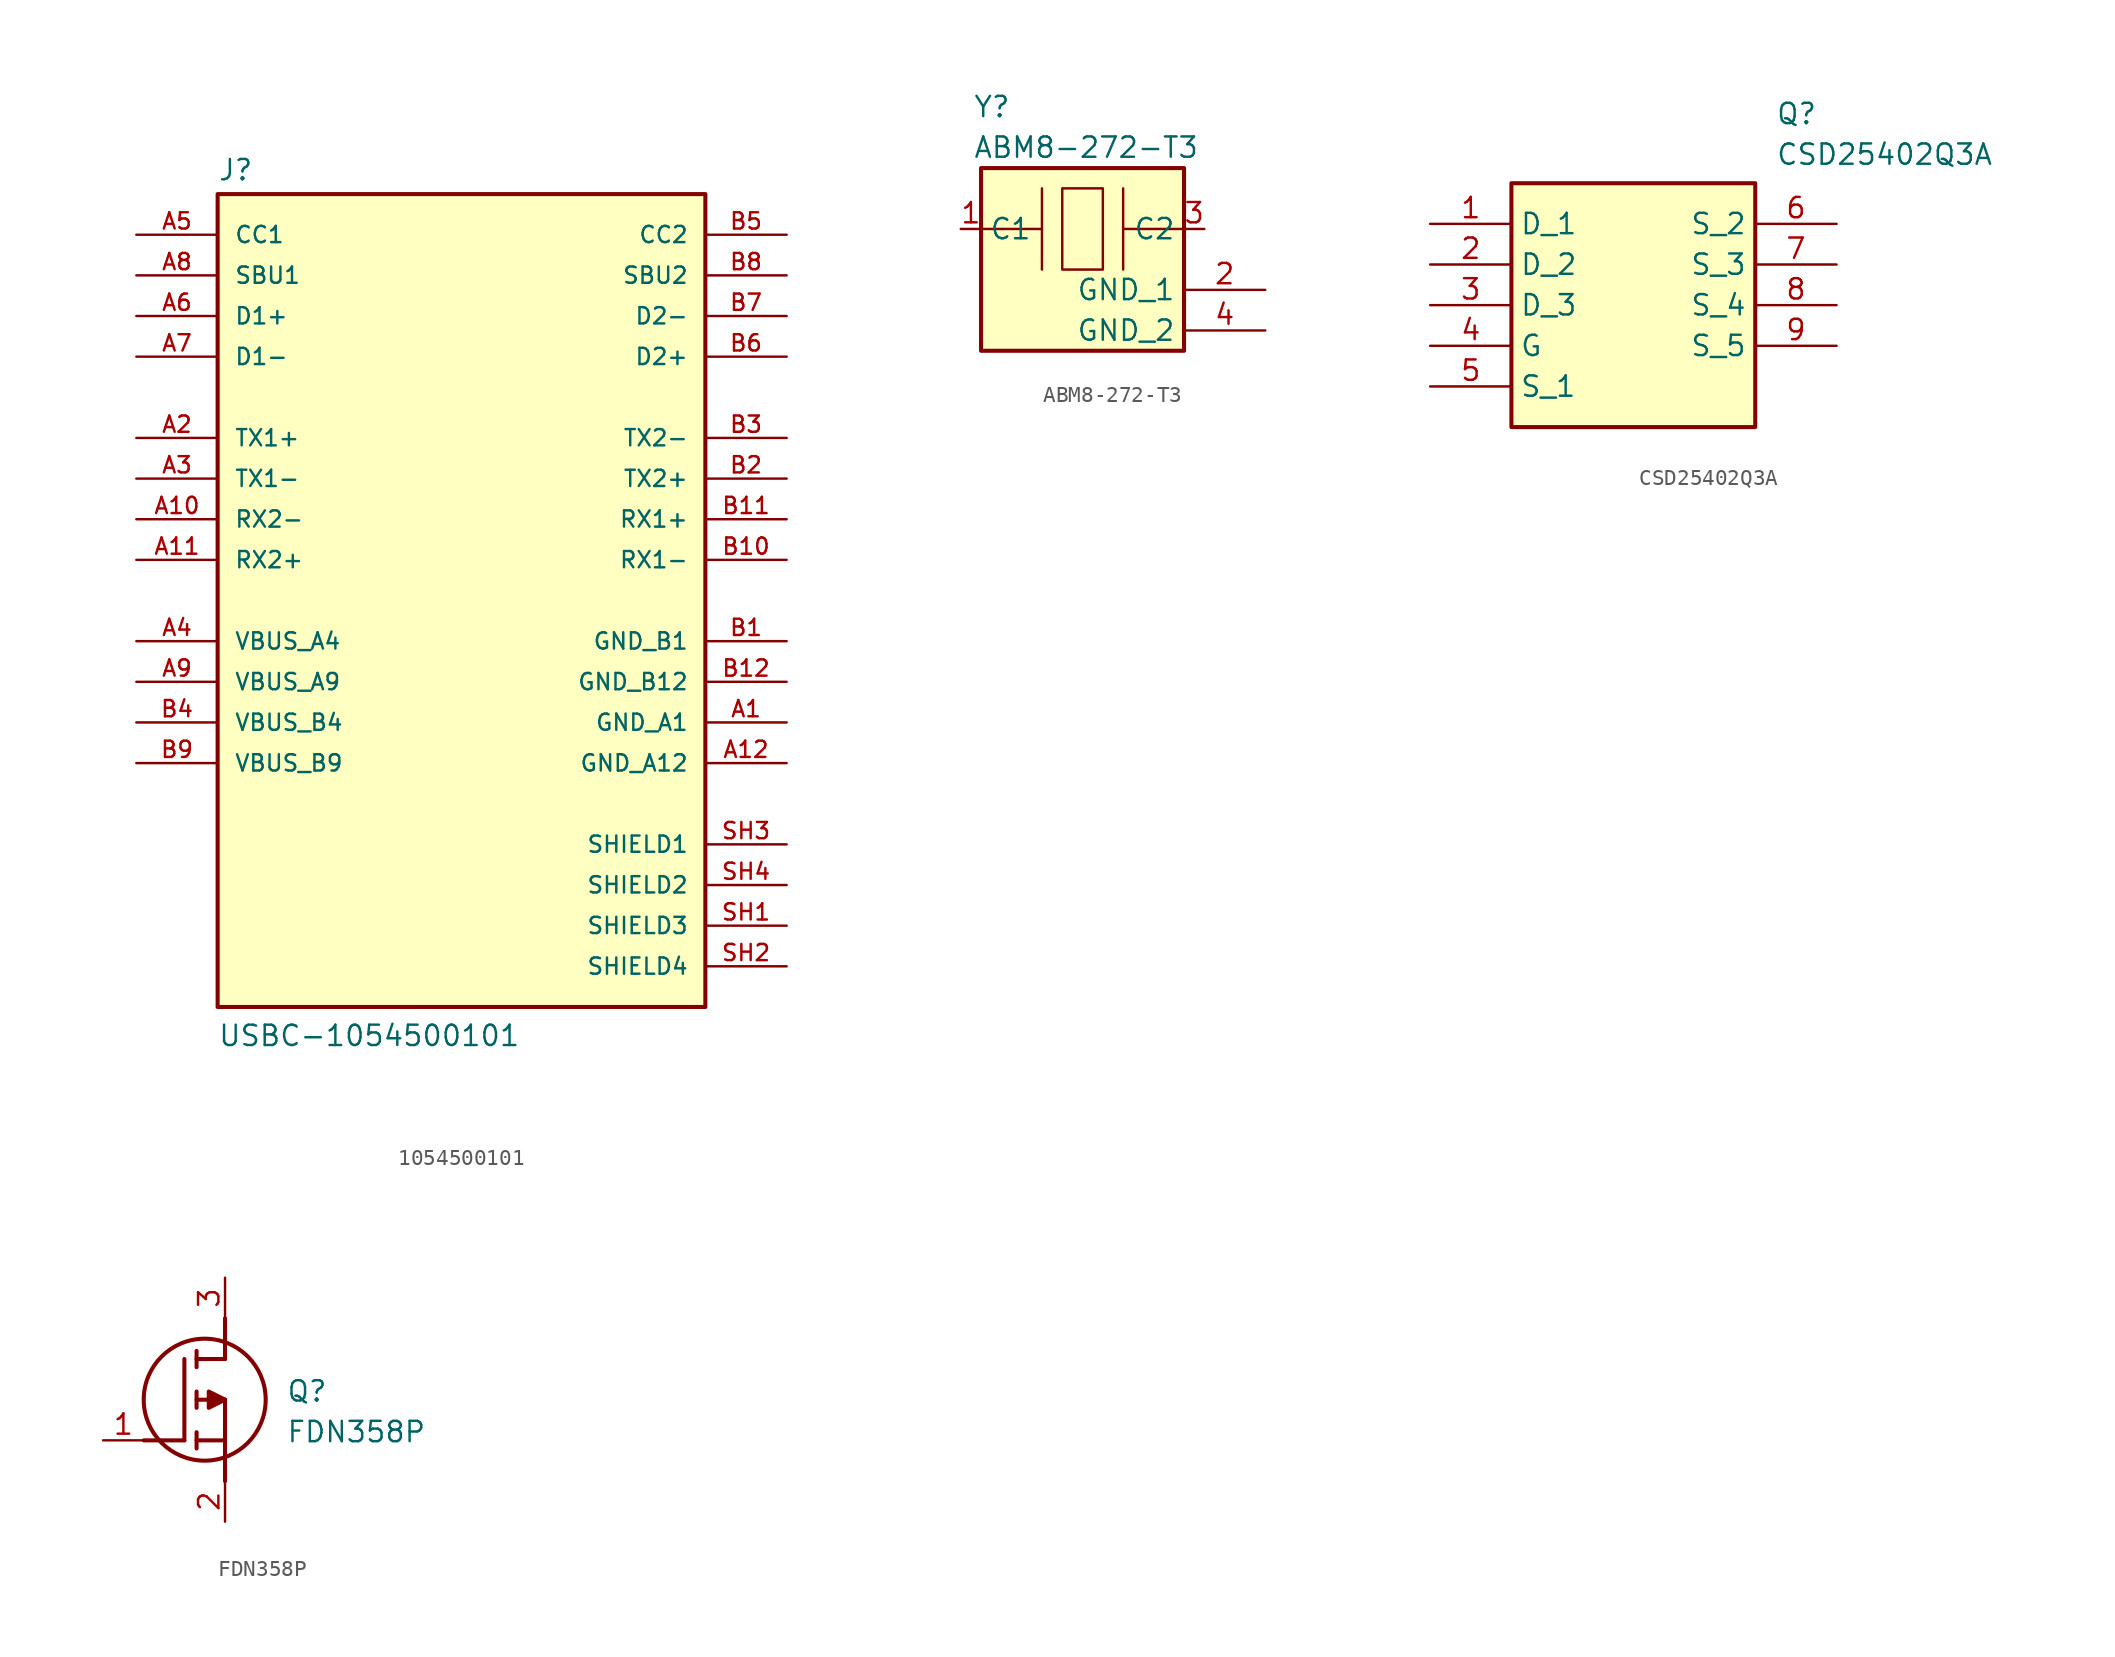
<source format=kicad_sym>
(kicad_symbol_lib
  (version 20241209)
  (generator "kicad_symbol_editor")
  (generator_version "9.0")
  (symbol "1054500101"
    (pin_names
      (offset 1.016))
    (property "Reference" "J"
      (at -15.24 26.162 0)
      (effects (font (size 1.27 1.27)) (justify left bottom)))
    (property "Value" "USBC-1054500101"
      (at -15.24 -27.94 0)
      (effects (font (size 1.27 1.27)) (justify left bottom)))
    (symbol "1054500101_0_0"
      (rectangle (start -15.24 -25.4) (end 15.24 25.4) (stroke (width 0.254) (type default)) (fill (type background)))
      (pin bidirectional line (at -20.32 22.86 0) (length 5.08) (name "CC1" (effects (font (size 1.016 1.016)))) (number "A5" (effects (font (size 1.016 1.016)))))
      (pin bidirectional line (at -20.32 20.32 0) (length 5.08) (name "SBU1" (effects (font (size 1.016 1.016)))) (number "A8" (effects (font (size 1.016 1.016)))))
      (pin bidirectional line (at -20.32 17.78 0) (length 5.08) (name "D1+" (effects (font (size 1.016 1.016)))) (number "A6" (effects (font (size 1.016 1.016)))))
      (pin bidirectional line (at -20.32 15.24 0) (length 5.08) (name "D1-" (effects (font (size 1.016 1.016)))) (number "A7" (effects (font (size 1.016 1.016)))))
      (pin bidirectional line (at -20.32 10.16 0) (length 5.08) (name "TX1+" (effects (font (size 1.016 1.016)))) (number "A2" (effects (font (size 1.016 1.016)))))
      (pin bidirectional line (at -20.32 7.62 0) (length 5.08) (name "TX1-" (effects (font (size 1.016 1.016)))) (number "A3" (effects (font (size 1.016 1.016)))))
      (pin bidirectional line (at -20.32 5.08 0) (length 5.08) (name "RX2-" (effects (font (size 1.016 1.016)))) (number "A10" (effects (font (size 1.016 1.016)))))
      (pin bidirectional line (at -20.32 2.54 0) (length 5.08) (name "RX2+" (effects (font (size 1.016 1.016)))) (number "A11" (effects (font (size 1.016 1.016)))))
      (pin power_in line (at -20.32 -2.54 0) (length 5.08) (name "VBUS_A4" (effects (font (size 1.016 1.016)))) (number "A4" (effects (font (size 1.016 1.016)))))
      (pin power_in line (at -20.32 -5.08 0) (length 5.08) (name "VBUS_A9" (effects (font (size 1.016 1.016)))) (number "A9" (effects (font (size 1.016 1.016)))))
      (pin power_in line (at -20.32 -7.62 0) (length 5.08) (name "VBUS_B4" (effects (font (size 1.016 1.016)))) (number "B4" (effects (font (size 1.016 1.016)))))
      (pin power_in line (at -20.32 -10.16 0) (length 5.08) (name "VBUS_B9" (effects (font (size 1.016 1.016)))) (number "B9" (effects (font (size 1.016 1.016)))))
      (pin bidirectional line (at 20.32 22.86 180) (length 5.08) (name "CC2" (effects (font (size 1.016 1.016)))) (number "B5" (effects (font (size 1.016 1.016)))))
      (pin bidirectional line (at 20.32 20.32 180) (length 5.08) (name "SBU2" (effects (font (size 1.016 1.016)))) (number "B8" (effects (font (size 1.016 1.016)))))
      (pin bidirectional line (at 20.32 17.78 180) (length 5.08) (name "D2-" (effects (font (size 1.016 1.016)))) (number "B7" (effects (font (size 1.016 1.016)))))
      (pin bidirectional line (at 20.32 15.24 180) (length 5.08) (name "D2+" (effects (font (size 1.016 1.016)))) (number "B6" (effects (font (size 1.016 1.016)))))
      (pin bidirectional line (at 20.32 10.16 180) (length 5.08) (name "TX2-" (effects (font (size 1.016 1.016)))) (number "B3" (effects (font (size 1.016 1.016)))))
      (pin bidirectional line (at 20.32 7.62 180) (length 5.08) (name "TX2+" (effects (font (size 1.016 1.016)))) (number "B2" (effects (font (size 1.016 1.016)))))
      (pin bidirectional line (at 20.32 5.08 180) (length 5.08) (name "RX1+" (effects (font (size 1.016 1.016)))) (number "B11" (effects (font (size 1.016 1.016)))))
      (pin bidirectional line (at 20.32 2.54 180) (length 5.08) (name "RX1-" (effects (font (size 1.016 1.016)))) (number "B10" (effects (font (size 1.016 1.016)))))
      (pin power_in line (at 20.32 -2.54 180) (length 5.08) (name "GND_B1" (effects (font (size 1.016 1.016)))) (number "B1" (effects (font (size 1.016 1.016)))))
      (pin power_in line (at 20.32 -5.08 180) (length 5.08) (name "GND_B12" (effects (font (size 1.016 1.016)))) (number "B12" (effects (font (size 1.016 1.016)))))
      (pin power_in line (at 20.32 -7.62 180) (length 5.08) (name "GND_A1" (effects (font (size 1.016 1.016)))) (number "A1" (effects (font (size 1.016 1.016)))))
      (pin power_in line (at 20.32 -10.16 180) (length 5.08) (name "GND_A12" (effects (font (size 1.016 1.016)))) (number "A12" (effects (font (size 1.016 1.016)))))
      (pin passive line (at 20.32 -15.24 180) (length 5.08) (name "SHIELD1" (effects (font (size 1.016 1.016)))) (number "SH3" (effects (font (size 1.016 1.016)))))
      (pin passive line (at 20.32 -17.78 180) (length 5.08) (name "SHIELD2" (effects (font (size 1.016 1.016)))) (number "SH4" (effects (font (size 1.016 1.016)))))
      (pin passive line (at 20.32 -20.32 180) (length 5.08) (name "SHIELD3" (effects (font (size 1.016 1.016)))) (number "SH1" (effects (font (size 1.016 1.016)))))
      (pin passive line (at 20.32 -22.86 180) (length 5.08) (name "SHIELD4" (effects (font (size 1.016 1.016)))) (number "SH2" (effects (font (size 1.016 1.016)))))))
  (symbol "ABM8-272-T3"
    (property "Reference" "Y"
      (at 14.732 5.842 0)
      (effects (font (size 1.27 1.27)) (justify left top)))
    (property "Value" "ABM8-272-T3"
      (at 14.732 3.302 0)
      (effects (font (size 1.27 1.27)) (justify left top)))
    (symbol "ABM8-272-T3_0_1"
      (polyline (pts (xy 15.24 -2.54) (xy 19.05 -2.54) (xy 19.05 -5.08) (xy 19.05 -2.54) (xy 19.05 0)) (stroke (width 0) (type default)) (fill (type none)))
      (polyline (pts (xy 20.32 0) (xy 20.32 -5.08) (xy 22.86 -5.08) (xy 22.86 0) (xy 20.32 0)) (stroke (width 0) (type default)) (fill (type none)))
      (polyline (pts (xy 24.13 0) (xy 24.13 -5.08) (xy 24.13 -2.54) (xy 27.94 -2.54)) (stroke (width 0) (type default)) (fill (type none))))
    (symbol "ABM8-272-T3_1_1"
      (rectangle (start 15.24 1.27) (end 27.94 -10.16) (stroke (width 0.254) (type default)) (fill (type background)))
      (pin passive line (at 13.97 -2.54 0) (length 1.27) (name "C1" (effects (font (size 1.27 1.27)))) (number "1" (effects (font (size 1.27 1.27)))))
      (pin passive line (at 29.21 -2.54 180) (length 1.27) (name "C2" (effects (font (size 1.27 1.27)))) (number "3" (effects (font (size 1.27 1.27)))))
      (pin passive line (at 33.02 -6.35 180) (length 5.08) (name "GND_1" (effects (font (size 1.27 1.27)))) (number "2" (effects (font (size 1.27 1.27)))))
      (pin passive line (at 33.02 -8.89 180) (length 5.08) (name "GND_2" (effects (font (size 1.27 1.27)))) (number "4" (effects (font (size 1.27 1.27)))))))
  (symbol "CSD25402Q3A"
    (property "Reference" "Q"
      (at 21.59 7.62 0)
      (effects (font (size 1.27 1.27)) (justify left top)))
    (property "Value" "CSD25402Q3A"
      (at 21.59 5.08 0)
      (effects (font (size 1.27 1.27)) (justify left top)))
    (symbol "CSD25402Q3A_1_1"
      (rectangle (start 5.08 2.54) (end 20.32 -12.7) (stroke (width 0.254) (type default)) (fill (type background)))
      (pin passive line (at 0 0 0) (length 5.08) (name "D_1" (effects (font (size 1.27 1.27)))) (number "1" (effects (font (size 1.27 1.27)))))
      (pin passive line (at 0 -2.54 0) (length 5.08) (name "D_2" (effects (font (size 1.27 1.27)))) (number "2" (effects (font (size 1.27 1.27)))))
      (pin passive line (at 0 -5.08 0) (length 5.08) (name "D_3" (effects (font (size 1.27 1.27)))) (number "3" (effects (font (size 1.27 1.27)))))
      (pin passive line (at 0 -7.62 0) (length 5.08) (name "G" (effects (font (size 1.27 1.27)))) (number "4" (effects (font (size 1.27 1.27)))))
      (pin passive line (at 0 -10.16 0) (length 5.08) (name "S_1" (effects (font (size 1.27 1.27)))) (number "5" (effects (font (size 1.27 1.27)))))
      (pin passive line (at 25.4 0 180) (length 5.08) (name "S_2" (effects (font (size 1.27 1.27)))) (number "6" (effects (font (size 1.27 1.27)))))
      (pin passive line (at 25.4 -2.54 180) (length 5.08) (name "S_3" (effects (font (size 1.27 1.27)))) (number "7" (effects (font (size 1.27 1.27)))))
      (pin passive line (at 25.4 -5.08 180) (length 5.08) (name "S_4" (effects (font (size 1.27 1.27)))) (number "8" (effects (font (size 1.27 1.27)))))
      (pin passive line (at 25.4 -7.62 180) (length 5.08) (name "S_5" (effects (font (size 1.27 1.27)))) (number "9" (effects (font (size 1.27 1.27)))))))
  (symbol "FDN358P"
    (pin_names
      (hide yes))
    (property "Reference" "Q"
      (at 11.43 3.81 0)
      (effects (font (size 1.27 1.27)) (justify left top)))
    (property "Value" "FDN358P"
      (at 11.43 1.27 0)
      (effects (font (size 1.27 1.27)) (justify left top)))
    (symbol "FDN358P_1_1"
      (polyline (pts (xy 2.54 0) (xy 5.08 0)) (stroke (width 0.254) (type default)) (fill (type none)))
      (polyline (pts (xy 5.08 5.08) (xy 5.08 0)) (stroke (width 0.254) (type default)) (fill (type none)))
      (polyline (pts (xy 5.842 5.588) (xy 5.842 4.572)) (stroke (width 0.254) (type default)) (fill (type none)))
      (polyline (pts (xy 5.842 2.032) (xy 5.842 3.048)) (stroke (width 0.254) (type default)) (fill (type none)))
      (polyline (pts (xy 5.842 0) (xy 7.62 0)) (stroke (width 0.254) (type default)) (fill (type none)))
      (polyline (pts (xy 5.842 -0.508) (xy 5.842 0.508)) (stroke (width 0.254) (type default)) (fill (type none)))
      (circle (center 6.35 2.54) (radius 3.81) (stroke (width 0.254) (type default)) (fill (type none)))
      (polyline (pts (xy 7.62 5.08) (xy 5.842 5.08)) (stroke (width 0.254) (type default)) (fill (type none)))
      (polyline (pts (xy 7.62 5.08) (xy 7.62 7.62)) (stroke (width 0.254) (type default)) (fill (type none)))
      (polyline (pts (xy 7.62 2.54) (xy 5.842 2.54)) (stroke (width 0.254) (type default)) (fill (type none)))
      (polyline (pts (xy 7.62 2.54) (xy 7.62 -2.54)) (stroke (width 0.254) (type default)) (fill (type none)))
      (polyline (pts (xy 7.62 2.54) (xy 6.604 3.048) (xy 6.604 2.032) (xy 7.62 2.54)) (stroke (width 0.254) (type default)) (fill (type outline)))
      (pin passive line (at 0 0 0) (length 2.54) (name "G" (effects (font (size 1.27 1.27)))) (number "1" (effects (font (size 1.27 1.27)))))
      (pin passive line (at 7.62 10.16 270) (length 2.54) (name "D" (effects (font (size 1.27 1.27)))) (number "3" (effects (font (size 1.27 1.27)))))
      (pin passive line (at 7.62 -5.08 90) (length 2.54) (name "S" (effects (font (size 1.27 1.27)))) (number "2" (effects (font (size 1.27 1.27))))))))
</source>
